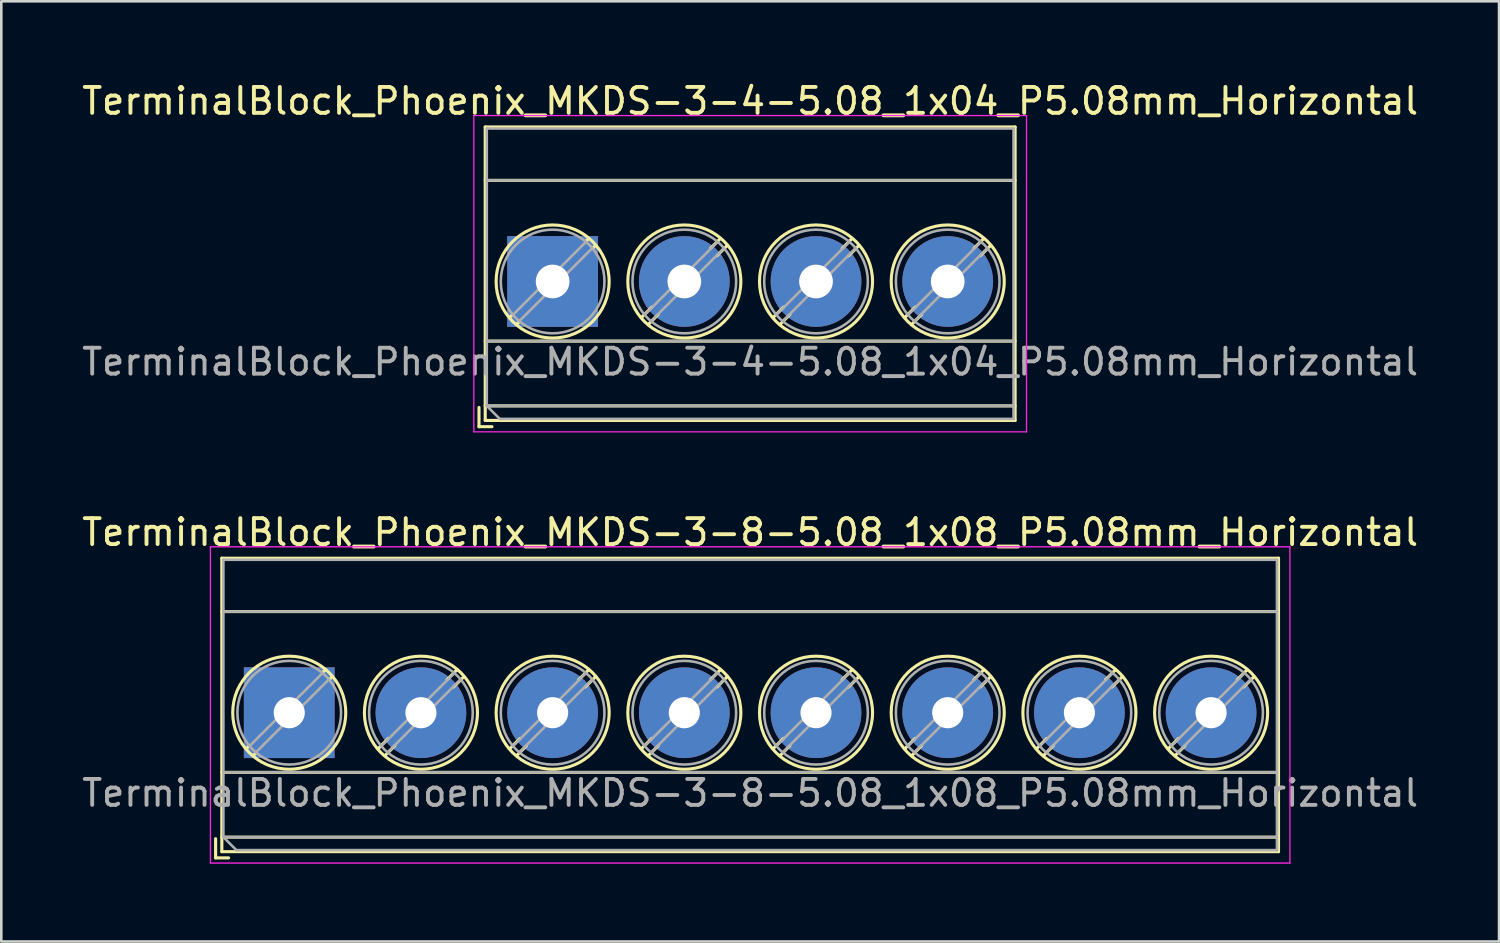
<source format=kicad_pcb>
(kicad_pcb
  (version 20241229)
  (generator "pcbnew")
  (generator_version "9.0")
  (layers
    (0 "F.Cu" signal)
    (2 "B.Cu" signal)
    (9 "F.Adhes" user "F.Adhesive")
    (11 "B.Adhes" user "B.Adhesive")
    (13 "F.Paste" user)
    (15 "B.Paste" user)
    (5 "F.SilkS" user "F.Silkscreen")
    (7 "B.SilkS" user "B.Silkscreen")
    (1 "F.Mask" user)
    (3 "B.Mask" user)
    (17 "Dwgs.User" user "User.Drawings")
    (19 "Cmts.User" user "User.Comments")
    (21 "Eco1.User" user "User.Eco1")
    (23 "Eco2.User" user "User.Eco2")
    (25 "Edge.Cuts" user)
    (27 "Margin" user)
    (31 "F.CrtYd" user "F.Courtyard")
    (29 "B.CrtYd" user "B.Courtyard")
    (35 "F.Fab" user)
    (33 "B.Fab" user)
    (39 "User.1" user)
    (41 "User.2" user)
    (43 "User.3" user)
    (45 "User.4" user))
  (footprint "TerminalBlock_Phoenix_MKDS-3-4-5.08_1x04_P5.08mm_Horizontal"
    (layer "F.Cu")
    (at 18.267 7.808)
    (property "Reference" "TerminalBlock_Phoenix_MKDS-3-4-5.08_1x04_P5.08mm_Horizontal" (at 7.62 -6.96 0) (layer "F.SilkS") (effects (font (size 1 1) (thickness 0.15))))
    (attr through_hole)
    (fp_line (start -2.84 4.86) (end -2.84 5.6) (stroke (width 0.12) (type solid)) (layer "F.SilkS"))
    (fp_line (start -2.84 5.6) (end -2.34 5.6) (stroke (width 0.12) (type solid)) (layer "F.SilkS"))
    (fp_line (start -2.6 -5.96) (end -2.6 5.36) (stroke (width 0.12) (type solid)) (layer "F.SilkS"))
    (fp_line (start -2.6 -5.96) (end 17.84 -5.96) (stroke (width 0.12) (type solid)) (layer "F.SilkS"))
    (fp_line (start -2.6 -3.9) (end 17.84 -3.9) (stroke (width 0.12) (type solid)) (layer "F.SilkS"))
    (fp_line (start -2.6 2.3) (end 17.84 2.3) (stroke (width 0.12) (type solid)) (layer "F.SilkS"))
    (fp_line (start -2.6 4.8) (end 17.84 4.8) (stroke (width 0.12) (type solid)) (layer "F.SilkS"))
    (fp_line (start -2.6 5.36) (end 17.84 5.36) (stroke (width 0.12) (type solid)) (layer "F.SilkS"))
    (fp_line (start -1.548 1.281) (end -1.654 1.388) (stroke (width 0.12) (type solid)) (layer "F.SilkS"))
    (fp_line (start -1.282 1.547) (end -1.388 1.654) (stroke (width 0.12) (type solid)) (layer "F.SilkS"))
    (fp_line (start 1.388 -1.654) (end 1.281 -1.547) (stroke (width 0.12) (type solid)) (layer "F.SilkS"))
    (fp_line (start 1.654 -1.388) (end 1.547 -1.281) (stroke (width 0.12) (type solid)) (layer "F.SilkS"))
    (fp_line (start 3.822 0.992) (end 3.427 1.388) (stroke (width 0.12) (type solid)) (layer "F.SilkS"))
    (fp_line (start 4.073 1.274) (end 3.693 1.654) (stroke (width 0.12) (type solid)) (layer "F.SilkS"))
    (fp_line (start 6.468 -1.654) (end 6.088 -1.274) (stroke (width 0.12) (type solid)) (layer "F.SilkS"))
    (fp_line (start 6.734 -1.388) (end 6.339 -0.992) (stroke (width 0.12) (type solid)) (layer "F.SilkS"))
    (fp_line (start 8.902 0.992) (end 8.507 1.388) (stroke (width 0.12) (type solid)) (layer "F.SilkS"))
    (fp_line (start 9.153 1.274) (end 8.773 1.654) (stroke (width 0.12) (type solid)) (layer "F.SilkS"))
    (fp_line (start 11.548 -1.654) (end 11.168 -1.274) (stroke (width 0.12) (type solid)) (layer "F.SilkS"))
    (fp_line (start 11.814 -1.388) (end 11.419 -0.992) (stroke (width 0.12) (type solid)) (layer "F.SilkS"))
    (fp_line (start 13.982 0.992) (end 13.587 1.388) (stroke (width 0.12) (type solid)) (layer "F.SilkS"))
    (fp_line (start 14.233 1.274) (end 13.853 1.654) (stroke (width 0.12) (type solid)) (layer "F.SilkS"))
    (fp_line (start 16.628 -1.654) (end 16.248 -1.274) (stroke (width 0.12) (type solid)) (layer "F.SilkS"))
    (fp_line (start 16.894 -1.388) (end 16.499 -0.992) (stroke (width 0.12) (type solid)) (layer "F.SilkS"))
    (fp_line (start 17.84 -5.96) (end 17.84 5.36) (stroke (width 0.12) (type solid)) (layer "F.SilkS"))
    (fp_circle (center 0 0) (end 2.18 0) (stroke (width 0.12) (type solid)) (fill no) (layer "F.SilkS"))
    (fp_circle (center 5.08 0) (end 7.26 0) (stroke (width 0.12) (type solid)) (fill no) (layer "F.SilkS"))
    (fp_circle (center 10.16 0) (end 12.34 0) (stroke (width 0.12) (type solid)) (fill no) (layer "F.SilkS"))
    (fp_circle (center 15.24 0) (end 17.42 0) (stroke (width 0.12) (type solid)) (fill no) (layer "F.SilkS"))
    (fp_line (start -3.04 -6.4) (end -3.04 5.8) (stroke (width 0.05) (type solid)) (layer "F.CrtYd"))
    (fp_line (start -3.04 5.8) (end 18.28 5.8) (stroke (width 0.05) (type solid)) (layer "F.CrtYd"))
    (fp_line (start 18.28 -6.4) (end -3.04 -6.4) (stroke (width 0.05) (type solid)) (layer "F.CrtYd"))
    (fp_line (start 18.28 5.8) (end 18.28 -6.4) (stroke (width 0.05) (type solid)) (layer "F.CrtYd"))
    (fp_line (start -2.54 -5.9) (end 17.78 -5.9) (stroke (width 0.1) (type solid)) (layer "F.Fab"))
    (fp_line (start -2.54 -3.9) (end 17.78 -3.9) (stroke (width 0.1) (type solid)) (layer "F.Fab"))
    (fp_line (start -2.54 2.3) (end 17.78 2.3) (stroke (width 0.1) (type solid)) (layer "F.Fab"))
    (fp_line (start -2.54 4.8) (end -2.54 -5.9) (stroke (width 0.1) (type solid)) (layer "F.Fab"))
    (fp_line (start -2.54 4.8) (end 17.78 4.8) (stroke (width 0.1) (type solid)) (layer "F.Fab"))
    (fp_line (start -2.04 5.3) (end -2.54 4.8) (stroke (width 0.1) (type solid)) (layer "F.Fab"))
    (fp_line (start 1.273 -1.517) (end -1.517 1.273) (stroke (width 0.1) (type solid)) (layer "F.Fab"))
    (fp_line (start 1.517 -1.273) (end -1.273 1.517) (stroke (width 0.1) (type solid)) (layer "F.Fab"))
    (fp_line (start 6.353 -1.517) (end 3.564 1.273) (stroke (width 0.1) (type solid)) (layer "F.Fab"))
    (fp_line (start 6.597 -1.273) (end 3.808 1.517) (stroke (width 0.1) (type solid)) (layer "F.Fab"))
    (fp_line (start 11.433 -1.517) (end 8.644 1.273) (stroke (width 0.1) (type solid)) (layer "F.Fab"))
    (fp_line (start 11.677 -1.273) (end 8.888 1.517) (stroke (width 0.1) (type solid)) (layer "F.Fab"))
    (fp_line (start 16.513 -1.517) (end 13.724 1.273) (stroke (width 0.1) (type solid)) (layer "F.Fab"))
    (fp_line (start 16.757 -1.273) (end 13.968 1.517) (stroke (width 0.1) (type solid)) (layer "F.Fab"))
    (fp_line (start 17.78 -5.9) (end 17.78 5.3) (stroke (width 0.1) (type solid)) (layer "F.Fab"))
    (fp_line (start 17.78 5.3) (end -2.04 5.3) (stroke (width 0.1) (type solid)) (layer "F.Fab"))
    (fp_circle (center 0 0) (end 2 0) (stroke (width 0.1) (type solid)) (fill no) (layer "F.Fab"))
    (fp_circle (center 5.08 0) (end 7.08 0) (stroke (width 0.1) (type solid)) (fill no) (layer "F.Fab"))
    (fp_circle (center 10.16 0) (end 12.16 0) (stroke (width 0.1) (type solid)) (fill no) (layer "F.Fab"))
    (fp_circle (center 15.24 0) (end 17.24 0) (stroke (width 0.1) (type solid)) (fill no) (layer "F.Fab"))
    (fp_text user "${REFERENCE}" (at 7.62 3.1 0) (layer "F.Fab") (effects (font (size 1 1) (thickness 0.15))))
    (pad "1" thru_hole rect (at 0 0) (size 3.5 3.5) (drill 1.3) (layers "*.Cu" "*.Mask"))
    (pad "2" thru_hole circle (at 5.08 0) (size 3.5 3.5) (drill 1.3) (layers "*.Cu" "*.Mask"))
    (pad "3" thru_hole circle (at 10.16 0) (size 3.5 3.5) (drill 1.3) (layers "*.Cu" "*.Mask"))
    (pad "4" thru_hole circle (at 15.24 0) (size 3.5 3.5) (drill 1.3) (layers "*.Cu" "*.Mask")))
  (footprint "TerminalBlock_Phoenix_MKDS-3-8-5.08_1x08_P5.08mm_Horizontal"
    (layer "F.Cu")
    (at 8.107 24.442)
    (property "Reference" "TerminalBlock_Phoenix_MKDS-3-8-5.08_1x08_P5.08mm_Horizontal" (at 17.78 -6.96 0) (layer "F.SilkS") (effects (font (size 1 1) (thickness 0.15))))
    (attr through_hole)
    (fp_line (start -2.84 4.86) (end -2.84 5.6) (stroke (width 0.12) (type solid)) (layer "F.SilkS"))
    (fp_line (start -2.84 5.6) (end -2.34 5.6) (stroke (width 0.12) (type solid)) (layer "F.SilkS"))
    (fp_line (start -2.6 -5.96) (end -2.6 5.36) (stroke (width 0.12) (type solid)) (layer "F.SilkS"))
    (fp_line (start -2.6 -5.96) (end 38.16 -5.96) (stroke (width 0.12) (type solid)) (layer "F.SilkS"))
    (fp_line (start -2.6 -3.9) (end 38.16 -3.9) (stroke (width 0.12) (type solid)) (layer "F.SilkS"))
    (fp_line (start -2.6 2.3) (end 38.16 2.3) (stroke (width 0.12) (type solid)) (layer "F.SilkS"))
    (fp_line (start -2.6 4.8) (end 38.16 4.8) (stroke (width 0.12) (type solid)) (layer "F.SilkS"))
    (fp_line (start -2.6 5.36) (end 38.16 5.36) (stroke (width 0.12) (type solid)) (layer "F.SilkS"))
    (fp_line (start -1.548 1.281) (end -1.654 1.388) (stroke (width 0.12) (type solid)) (layer "F.SilkS"))
    (fp_line (start -1.282 1.547) (end -1.388 1.654) (stroke (width 0.12) (type solid)) (layer "F.SilkS"))
    (fp_line (start 1.388 -1.654) (end 1.281 -1.547) (stroke (width 0.12) (type solid)) (layer "F.SilkS"))
    (fp_line (start 1.654 -1.388) (end 1.547 -1.281) (stroke (width 0.12) (type solid)) (layer "F.SilkS"))
    (fp_line (start 3.822 0.992) (end 3.427 1.388) (stroke (width 0.12) (type solid)) (layer "F.SilkS"))
    (fp_line (start 4.073 1.274) (end 3.693 1.654) (stroke (width 0.12) (type solid)) (layer "F.SilkS"))
    (fp_line (start 6.468 -1.654) (end 6.088 -1.274) (stroke (width 0.12) (type solid)) (layer "F.SilkS"))
    (fp_line (start 6.734 -1.388) (end 6.339 -0.992) (stroke (width 0.12) (type solid)) (layer "F.SilkS"))
    (fp_line (start 8.902 0.992) (end 8.507 1.388) (stroke (width 0.12) (type solid)) (layer "F.SilkS"))
    (fp_line (start 9.153 1.274) (end 8.773 1.654) (stroke (width 0.12) (type solid)) (layer "F.SilkS"))
    (fp_line (start 11.548 -1.654) (end 11.168 -1.274) (stroke (width 0.12) (type solid)) (layer "F.SilkS"))
    (fp_line (start 11.814 -1.388) (end 11.419 -0.992) (stroke (width 0.12) (type solid)) (layer "F.SilkS"))
    (fp_line (start 13.982 0.992) (end 13.587 1.388) (stroke (width 0.12) (type solid)) (layer "F.SilkS"))
    (fp_line (start 14.233 1.274) (end 13.853 1.654) (stroke (width 0.12) (type solid)) (layer "F.SilkS"))
    (fp_line (start 16.628 -1.654) (end 16.248 -1.274) (stroke (width 0.12) (type solid)) (layer "F.SilkS"))
    (fp_line (start 16.894 -1.388) (end 16.499 -0.992) (stroke (width 0.12) (type solid)) (layer "F.SilkS"))
    (fp_line (start 19.062 0.992) (end 18.667 1.388) (stroke (width 0.12) (type solid)) (layer "F.SilkS"))
    (fp_line (start 19.313 1.274) (end 18.933 1.654) (stroke (width 0.12) (type solid)) (layer "F.SilkS"))
    (fp_line (start 21.708 -1.654) (end 21.328 -1.274) (stroke (width 0.12) (type solid)) (layer "F.SilkS"))
    (fp_line (start 21.974 -1.388) (end 21.579 -0.992) (stroke (width 0.12) (type solid)) (layer "F.SilkS"))
    (fp_line (start 24.142 0.992) (end 23.747 1.388) (stroke (width 0.12) (type solid)) (layer "F.SilkS"))
    (fp_line (start 24.393 1.274) (end 24.013 1.654) (stroke (width 0.12) (type solid)) (layer "F.SilkS"))
    (fp_line (start 26.788 -1.654) (end 26.408 -1.274) (stroke (width 0.12) (type solid)) (layer "F.SilkS"))
    (fp_line (start 27.054 -1.388) (end 26.659 -0.992) (stroke (width 0.12) (type solid)) (layer "F.SilkS"))
    (fp_line (start 29.222 0.992) (end 28.827 1.388) (stroke (width 0.12) (type solid)) (layer "F.SilkS"))
    (fp_line (start 29.473 1.274) (end 29.093 1.654) (stroke (width 0.12) (type solid)) (layer "F.SilkS"))
    (fp_line (start 31.868 -1.654) (end 31.488 -1.274) (stroke (width 0.12) (type solid)) (layer "F.SilkS"))
    (fp_line (start 32.134 -1.388) (end 31.739 -0.992) (stroke (width 0.12) (type solid)) (layer "F.SilkS"))
    (fp_line (start 34.302 0.992) (end 33.907 1.388) (stroke (width 0.12) (type solid)) (layer "F.SilkS"))
    (fp_line (start 34.553 1.274) (end 34.173 1.654) (stroke (width 0.12) (type solid)) (layer "F.SilkS"))
    (fp_line (start 36.948 -1.654) (end 36.568 -1.274) (stroke (width 0.12) (type solid)) (layer "F.SilkS"))
    (fp_line (start 37.214 -1.388) (end 36.819 -0.992) (stroke (width 0.12) (type solid)) (layer "F.SilkS"))
    (fp_line (start 38.16 -5.96) (end 38.16 5.36) (stroke (width 0.12) (type solid)) (layer "F.SilkS"))
    (fp_circle (center 0 0) (end 2.18 0) (stroke (width 0.12) (type solid)) (fill no) (layer "F.SilkS"))
    (fp_circle (center 5.08 0) (end 7.26 0) (stroke (width 0.12) (type solid)) (fill no) (layer "F.SilkS"))
    (fp_circle (center 10.16 0) (end 12.34 0) (stroke (width 0.12) (type solid)) (fill no) (layer "F.SilkS"))
    (fp_circle (center 15.24 0) (end 17.42 0) (stroke (width 0.12) (type solid)) (fill no) (layer "F.SilkS"))
    (fp_circle (center 20.32 0) (end 22.5 0) (stroke (width 0.12) (type solid)) (fill no) (layer "F.SilkS"))
    (fp_circle (center 25.4 0) (end 27.58 0) (stroke (width 0.12) (type solid)) (fill no) (layer "F.SilkS"))
    (fp_circle (center 30.48 0) (end 32.66 0) (stroke (width 0.12) (type solid)) (fill no) (layer "F.SilkS"))
    (fp_circle (center 35.56 0) (end 37.74 0) (stroke (width 0.12) (type solid)) (fill no) (layer "F.SilkS"))
    (fp_line (start -3.04 -6.4) (end -3.04 5.8) (stroke (width 0.05) (type solid)) (layer "F.CrtYd"))
    (fp_line (start -3.04 5.8) (end 38.6 5.8) (stroke (width 0.05) (type solid)) (layer "F.CrtYd"))
    (fp_line (start 38.6 -6.4) (end -3.04 -6.4) (stroke (width 0.05) (type solid)) (layer "F.CrtYd"))
    (fp_line (start 38.6 5.8) (end 38.6 -6.4) (stroke (width 0.05) (type solid)) (layer "F.CrtYd"))
    (fp_line (start -2.54 -5.9) (end 38.1 -5.9) (stroke (width 0.1) (type solid)) (layer "F.Fab"))
    (fp_line (start -2.54 -3.9) (end 38.1 -3.9) (stroke (width 0.1) (type solid)) (layer "F.Fab"))
    (fp_line (start -2.54 2.3) (end 38.1 2.3) (stroke (width 0.1) (type solid)) (layer "F.Fab"))
    (fp_line (start -2.54 4.8) (end -2.54 -5.9) (stroke (width 0.1) (type solid)) (layer "F.Fab"))
    (fp_line (start -2.54 4.8) (end 38.1 4.8) (stroke (width 0.1) (type solid)) (layer "F.Fab"))
    (fp_line (start -2.04 5.3) (end -2.54 4.8) (stroke (width 0.1) (type solid)) (layer "F.Fab"))
    (fp_line (start 1.273 -1.517) (end -1.517 1.273) (stroke (width 0.1) (type solid)) (layer "F.Fab"))
    (fp_line (start 1.517 -1.273) (end -1.273 1.517) (stroke (width 0.1) (type solid)) (layer "F.Fab"))
    (fp_line (start 6.353 -1.517) (end 3.564 1.273) (stroke (width 0.1) (type solid)) (layer "F.Fab"))
    (fp_line (start 6.597 -1.273) (end 3.808 1.517) (stroke (width 0.1) (type solid)) (layer "F.Fab"))
    (fp_line (start 11.433 -1.517) (end 8.644 1.273) (stroke (width 0.1) (type solid)) (layer "F.Fab"))
    (fp_line (start 11.677 -1.273) (end 8.888 1.517) (stroke (width 0.1) (type solid)) (layer "F.Fab"))
    (fp_line (start 16.513 -1.517) (end 13.724 1.273) (stroke (width 0.1) (type solid)) (layer "F.Fab"))
    (fp_line (start 16.757 -1.273) (end 13.968 1.517) (stroke (width 0.1) (type solid)) (layer "F.Fab"))
    (fp_line (start 21.593 -1.517) (end 18.804 1.273) (stroke (width 0.1) (type solid)) (layer "F.Fab"))
    (fp_line (start 21.837 -1.273) (end 19.048 1.517) (stroke (width 0.1) (type solid)) (layer "F.Fab"))
    (fp_line (start 26.673 -1.517) (end 23.884 1.273) (stroke (width 0.1) (type solid)) (layer "F.Fab"))
    (fp_line (start 26.917 -1.273) (end 24.128 1.517) (stroke (width 0.1) (type solid)) (layer "F.Fab"))
    (fp_line (start 31.753 -1.517) (end 28.964 1.273) (stroke (width 0.1) (type solid)) (layer "F.Fab"))
    (fp_line (start 31.997 -1.273) (end 29.208 1.517) (stroke (width 0.1) (type solid)) (layer "F.Fab"))
    (fp_line (start 36.833 -1.517) (end 34.044 1.273) (stroke (width 0.1) (type solid)) (layer "F.Fab"))
    (fp_line (start 37.077 -1.273) (end 34.288 1.517) (stroke (width 0.1) (type solid)) (layer "F.Fab"))
    (fp_line (start 38.1 -5.9) (end 38.1 5.3) (stroke (width 0.1) (type solid)) (layer "F.Fab"))
    (fp_line (start 38.1 5.3) (end -2.04 5.3) (stroke (width 0.1) (type solid)) (layer "F.Fab"))
    (fp_circle (center 0 0) (end 2 0) (stroke (width 0.1) (type solid)) (fill no) (layer "F.Fab"))
    (fp_circle (center 5.08 0) (end 7.08 0) (stroke (width 0.1) (type solid)) (fill no) (layer "F.Fab"))
    (fp_circle (center 10.16 0) (end 12.16 0) (stroke (width 0.1) (type solid)) (fill no) (layer "F.Fab"))
    (fp_circle (center 15.24 0) (end 17.24 0) (stroke (width 0.1) (type solid)) (fill no) (layer "F.Fab"))
    (fp_circle (center 20.32 0) (end 22.32 0) (stroke (width 0.1) (type solid)) (fill no) (layer "F.Fab"))
    (fp_circle (center 25.4 0) (end 27.4 0) (stroke (width 0.1) (type solid)) (fill no) (layer "F.Fab"))
    (fp_circle (center 30.48 0) (end 32.48 0) (stroke (width 0.1) (type solid)) (fill no) (layer "F.Fab"))
    (fp_circle (center 35.56 0) (end 37.56 0) (stroke (width 0.1) (type solid)) (fill no) (layer "F.Fab"))
    (fp_text user "${REFERENCE}" (at 17.78 3.1 0) (layer "F.Fab") (effects (font (size 1 1) (thickness 0.15))))
    (pad "1" thru_hole rect (at 0 0) (size 3.5 3.5) (drill 1.2) (layers "*.Cu" "*.Mask"))
    (pad "2" thru_hole circle (at 5.08 0) (size 3.5 3.5) (drill 1.2) (layers "*.Cu" "*.Mask"))
    (pad "3" thru_hole circle (at 10.16 0) (size 3.5 3.5) (drill 1.2) (layers "*.Cu" "*.Mask"))
    (pad "4" thru_hole circle (at 15.24 0) (size 3.5 3.5) (drill 1.2) (layers "*.Cu" "*.Mask"))
    (pad "5" thru_hole circle (at 20.32 0) (size 3.5 3.5) (drill 1.2) (layers "*.Cu" "*.Mask"))
    (pad "6" thru_hole circle (at 25.4 0) (size 3.5 3.5) (drill 1.2) (layers "*.Cu" "*.Mask"))
    (pad "7" thru_hole circle (at 30.48 0) (size 3.5 3.5) (drill 1.2) (layers "*.Cu" "*.Mask"))
    (pad "8" thru_hole circle (at 35.56 0) (size 3.5 3.5) (drill 1.2) (layers "*.Cu" "*.Mask")))
  (gr_rect
    (start -3 -3)
    (end 54.774 33.267)
    (stroke (width 0.1) (type default))
    (fill no)
    (layer "Edge.Cuts")))
</source>
